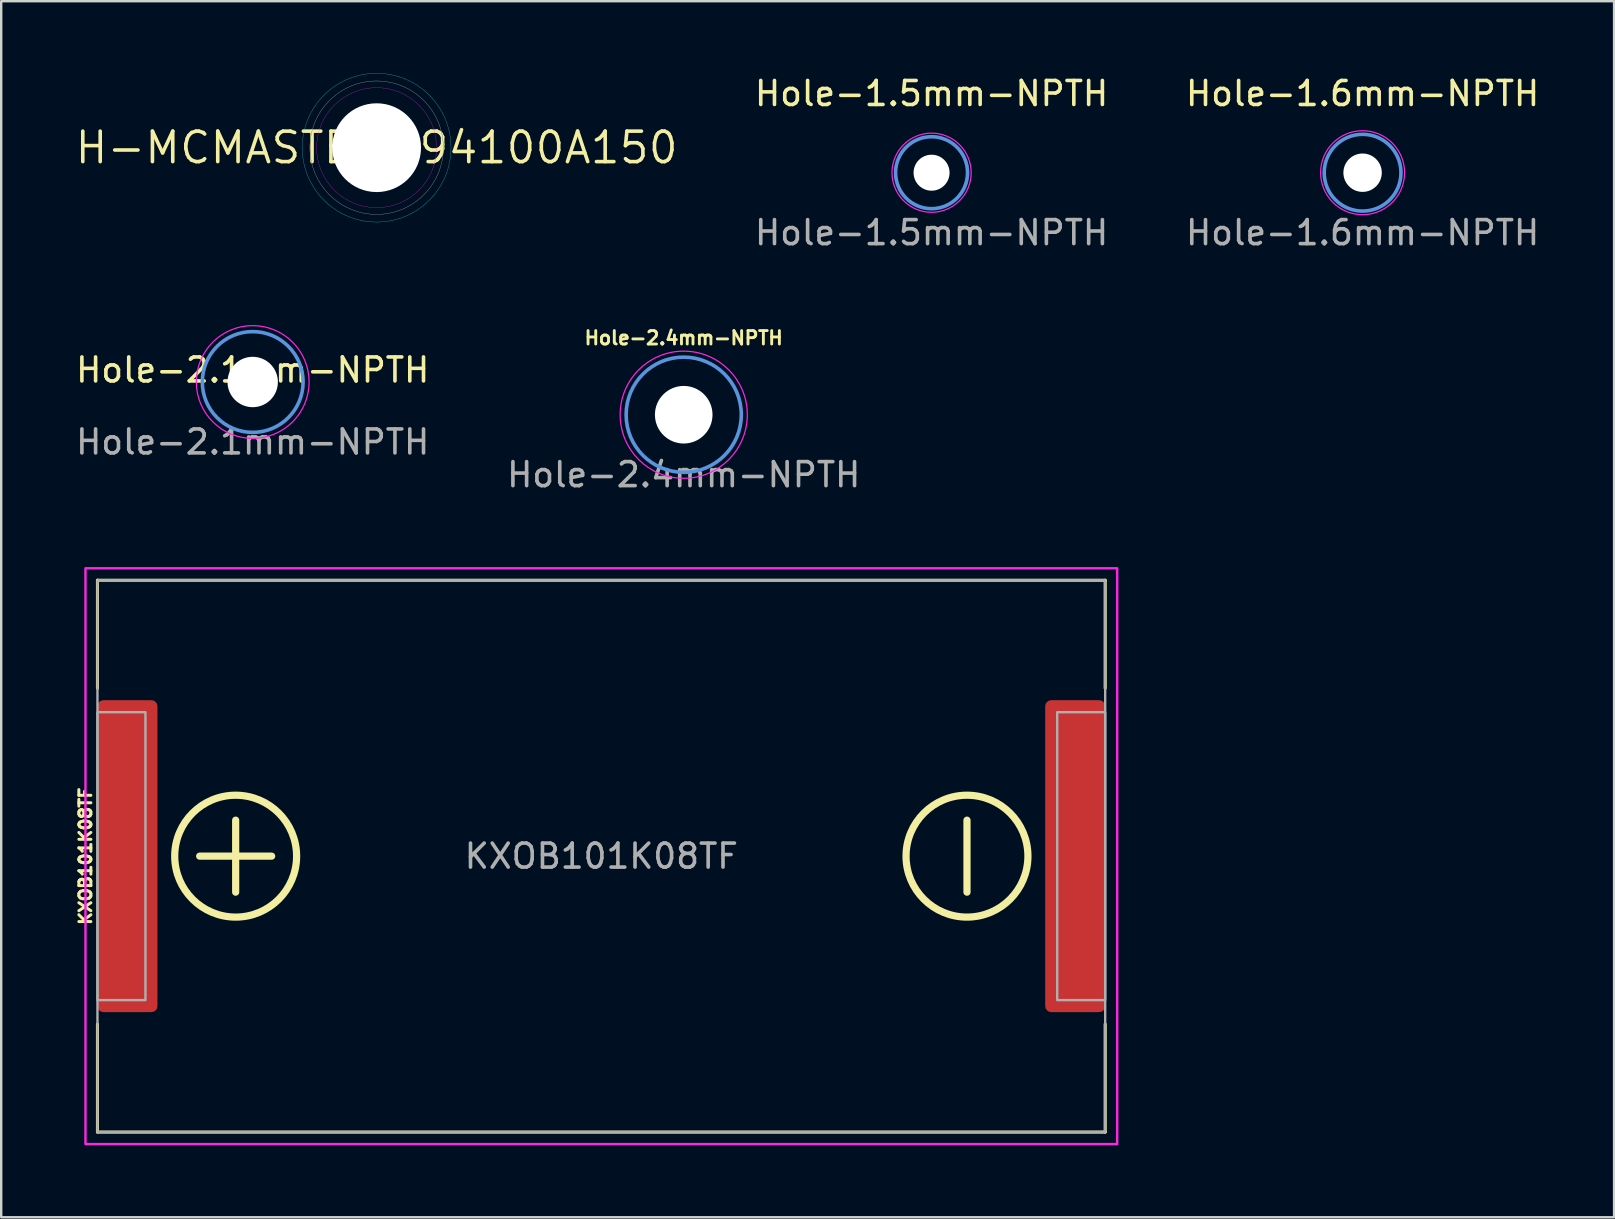
<source format=kicad_pcb>
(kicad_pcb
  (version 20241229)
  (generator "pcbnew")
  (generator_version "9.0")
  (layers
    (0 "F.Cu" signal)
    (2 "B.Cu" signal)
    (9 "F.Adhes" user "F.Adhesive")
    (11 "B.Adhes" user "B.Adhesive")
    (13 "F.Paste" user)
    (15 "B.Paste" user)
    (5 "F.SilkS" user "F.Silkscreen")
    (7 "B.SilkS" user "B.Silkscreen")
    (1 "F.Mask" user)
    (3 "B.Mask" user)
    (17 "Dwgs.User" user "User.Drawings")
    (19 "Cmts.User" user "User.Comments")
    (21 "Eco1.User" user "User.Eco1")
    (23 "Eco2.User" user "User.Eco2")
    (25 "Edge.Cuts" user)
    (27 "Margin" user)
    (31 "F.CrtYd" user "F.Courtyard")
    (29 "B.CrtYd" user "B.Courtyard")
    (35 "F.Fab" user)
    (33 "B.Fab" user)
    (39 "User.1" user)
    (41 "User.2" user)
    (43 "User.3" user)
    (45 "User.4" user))
  (footprint "Hole-1.6mm-NPTH"
    (layer "F.Cu")
    (at 53.74 4.148)
    (property "Reference" "Hole-1.6mm-NPTH" (at 0 -3.3 0) (unlocked yes) (layer "F.SilkS") (effects (font (size 1 1) (thickness 0.15))))
    (fp_circle (center 0 0) (end 1.6 0) (stroke (width 0.15) (type solid)) (fill no) (layer "Cmts.User"))
    (fp_circle (center 0 0) (end 1.75 0) (stroke (width 0.05) (type solid)) (fill no) (layer "F.CrtYd"))
    (fp_text user "${REFERENCE}" (at 0 2.5 0) (unlocked yes) (layer "F.Fab") (effects (font (size 1 1) (thickness 0.15))))
    (pad "" np_thru_hole circle (at 0 0) (size 1.6 1.6) (drill 1.6) (layers "*.Cu" "*.Mask")))
  (footprint "Hole-1.5mm-NPTH"
    (layer "F.Cu")
    (at 35.776 4.148)
    (property "Reference" "Hole-1.5mm-NPTH" (at 0 -3.3 0) (unlocked yes) (layer "F.SilkS") (effects (font (size 1 1) (thickness 0.15))))
    (attr board_only exclude_from_bom)
    (fp_circle (center 0 0) (end 1.5 0) (stroke (width 0.15) (type solid)) (fill no) (layer "Cmts.User"))
    (fp_circle (center 0 0) (end 1.65 0) (stroke (width 0.05) (type solid)) (fill no) (layer "F.CrtYd"))
    (fp_text user "${REFERENCE}" (at 0 2.5 0) (unlocked yes) (layer "F.Fab") (effects (font (size 1 1) (thickness 0.15))))
    (pad "" np_thru_hole circle (at 0 0) (size 1.5 1.5) (drill 1.5) (layers "*.Cu" "*.Mask")))
  (footprint "H-MCMASTER-94100A150"
    (layer "F.Cu")
    (at 12.647 3.105)
    (property "Reference" "H-MCMASTER-94100A150" (at 0 0 0) (layer "F.SilkS") (effects (font (size 1.27 1.27) (thickness 0.15))))
    (fp_circle (center 0 0) (end 1.1 0) (stroke (width 2.2) (type solid)) (fill yes) (layer "F.Mask"))
    (fp_circle (center 0 0) (end 1.5 0) (stroke (width 3) (type solid)) (fill yes) (layer "B.Mask"))
    (fp_circle (center 0 0) (end 3.1 0) (stroke (width 0.01) (type solid)) (fill no) (layer "B.CrtYd"))
    (fp_circle (center 0 0) (end 2.5 0) (stroke (width 0.01) (type solid)) (fill no) (layer "F.CrtYd"))
    (fp_circle (center 0 0) (end 1.2 0) (stroke (width 0.01) (type solid)) (fill no) (layer "B.Fab"))
    (fp_circle (center 0 0) (end 2.78 0) (stroke (width 0.01) (type solid)) (fill no) (layer "B.Fab"))
    (fp_circle (center 0 0) (end 1.2 0) (stroke (width 0.01) (type solid)) (fill no) (layer "F.Fab"))
    (fp_circle (center 0 0) (end 2.78 0) (stroke (width 0.01) (type solid)) (fill no) (layer "F.Fab"))
    (pad "" np_thru_hole circle (at 0 0) (size 3.7 3.7) (drill 3.7) (layers "*.Cu" "*.Mask"))
    (zone (net_name "") (layer "F.Cu") (hatch edge 0.508) (connect_pads) (min_thickness 0.254) (filled_areas_thickness no) (keepout (tracks not_allowed) (vias not_allowed) (pads allowed) (copperpour not_allowed) (footprints allowed)) (placement (enabled no)) (fill) (polygon (pts (xy 14.847 3.105) (xy 14.813 2.723) (xy 14.714 2.353) (xy 14.552 2.005) (xy 14.332 1.691) (xy 14.061 1.42) (xy 13.747 1.2) (xy 13.399 1.038) (xy 13.029 0.938) (xy 12.647 0.905) (xy 12.265 0.938) (xy 11.894 1.038) (xy 11.547 1.2) (xy 11.233 1.42) (xy 10.962 1.691) (xy 10.742 2.005) (xy 10.579 2.353) (xy 10.48 2.723) (xy 10.447 3.105) (xy 10.48 3.487) (xy 10.579 3.857) (xy 10.742 4.205) (xy 10.962 4.519) (xy 11.233 4.79) (xy 11.547 5.01) (xy 11.894 5.172) (xy 12.265 5.272) (xy 12.647 5.305) (xy 13.029 5.272) (xy 13.399 5.172) (xy 13.747 5.01) (xy 14.061 4.79) (xy 14.332 4.519) (xy 14.552 4.205) (xy 14.714 3.857) (xy 14.813 3.487))))
    (zone (net_name "") (layer "B.Cu") (hatch edge 0.508) (connect_pads) (min_thickness 0.254) (filled_areas_thickness no) (keepout (tracks not_allowed) (vias not_allowed) (pads allowed) (copperpour not_allowed) (footprints allowed)) (placement (enabled no)) (fill) (polygon (pts (xy 15.647 3.105) (xy 15.601 2.584) (xy 15.466 2.079) (xy 15.245 1.605) (xy 14.945 1.177) (xy 14.575 0.807) (xy 14.147 0.507) (xy 13.673 0.286) (xy 13.168 0.151) (xy 12.647 0.105) (xy 12.126 0.151) (xy 11.621 0.286) (xy 11.147 0.507) (xy 10.718 0.807) (xy 10.349 1.177) (xy 10.049 1.605) (xy 9.828 2.079) (xy 9.692 2.584) (xy 9.647 3.105) (xy 9.692 3.626) (xy 9.828 4.131) (xy 10.049 4.605) (xy 10.349 5.033) (xy 10.718 5.403) (xy 11.147 5.703) (xy 11.621 5.924) (xy 12.126 6.059) (xy 12.647 6.105) (xy 13.168 6.059) (xy 13.673 5.924) (xy 14.147 5.703) (xy 14.575 5.403) (xy 14.945 5.033) (xy 15.245 4.605) (xy 15.466 4.131) (xy 15.601 3.626)))))
  (footprint "KXOB101K08TF"
    (layer "F.Cu")
    (at 22.012 32.633)
    (property "Reference" "KXOB101K08TF" (at -21.5 0 90) (unlocked yes) (layer "F.SilkS") (effects (font (size 0.5 0.5) (thickness 0.127))))
    (attr smd)
    (fp_line (start -21 -11.5) (end 21 -11.5) (stroke (width 0.127) (type default)) (layer "F.SilkS"))
    (fp_line (start -21 -7) (end -21 -11.5) (stroke (width 0.127) (type default)) (layer "F.SilkS"))
    (fp_line (start -21 11.5) (end -21 7) (stroke (width 0.127) (type default)) (layer "F.SilkS"))
    (fp_line (start -16.74 0) (end -13.74 0) (stroke (width 0.3) (type default)) (layer "F.SilkS"))
    (fp_line (start -15.24 1.5) (end -15.24 -1.5) (stroke (width 0.3) (type default)) (layer "F.SilkS"))
    (fp_line (start 15.24 -1.5) (end 15.24 1.5) (stroke (width 0.3) (type default)) (layer "F.SilkS"))
    (fp_line (start 21 -11.5) (end 21 -7) (stroke (width 0.127) (type default)) (layer "F.SilkS"))
    (fp_line (start 21 7) (end 21 11.5) (stroke (width 0.127) (type default)) (layer "F.SilkS"))
    (fp_line (start 21 11.5) (end -21 11.5) (stroke (width 0.127) (type default)) (layer "F.SilkS"))
    (fp_circle (center -15.24 0) (end -12.7 0) (stroke (width 0.3) (type default)) (fill no) (layer "F.SilkS"))
    (fp_circle (center 15.24 0) (end 17.78 0) (stroke (width 0.3) (type default)) (fill no) (layer "F.SilkS"))
    (fp_rect (start -21.5 -12) (end 21.5 12) (stroke (width 0.1) (type default)) (fill no) (layer "F.CrtYd"))
    (fp_rect (start -21 -11.5) (end 21 11.5) (stroke (width 0.1) (type default)) (fill no) (layer "F.Fab"))
    (fp_rect (start -21 -6) (end -19 6) (stroke (width 0.1) (type default)) (fill no) (layer "F.Fab"))
    (fp_rect (start 19 -6) (end 21 6) (stroke (width 0.1) (type default)) (fill no) (layer "F.Fab"))
    (fp_text user "${REFERENCE}" (at 0 0 0) (unlocked yes) (layer "F.Fab") (effects (font (size 1 1) (thickness 0.15))))
    (pad "NEG2" smd roundrect (at 19.75 0) (size 2.5 13) (layers "F.Cu" "F.Mask" "F.Paste") (roundrect_rratio 0.1))
    (pad "POS1" smd roundrect (at -19.75 0) (size 2.5 13) (layers "F.Cu" "F.Mask" "F.Paste") (roundrect_rratio 0.1)))
  (footprint "Hole-2.1mm-NPTH"
    (layer "F.Cu")
    (at 7.482 12.871)
    (property "Reference" "Hole-2.1mm-NPTH" (at 0 -0.5 0) (unlocked yes) (layer "F.SilkS") (effects (font (size 1 1) (thickness 0.15))))
    (attr smd board_only exclude_from_bom)
    (fp_circle (center 0 0) (end 1.9 0) (stroke (width 0.1) (type solid)) (fill yes) (layer "F.Mask"))
    (fp_circle (center 0 0) (end 1.9 0) (stroke (width 0.1) (type solid)) (fill yes) (layer "B.Mask"))
    (fp_circle (center 0 0) (end 2.1 0) (stroke (width 0.15) (type solid)) (fill no) (layer "Cmts.User"))
    (fp_circle (center 0 0) (end 2.35 0) (stroke (width 0.05) (type solid)) (fill no) (layer "F.CrtYd"))
    (fp_text user "${REFERENCE}" (at 0 2.5 0) (unlocked yes) (layer "F.Fab") (effects (font (size 1 1) (thickness 0.15))))
    (pad "" np_thru_hole circle (at 0 0) (size 2.1 2.1) (drill 2.1) (layers "*.Cu" "*.Mask"))
    (zone (net_name "") (layers "F.Cu" "B.Cu") (hatch edge 0.5) (connect_pads) (min_thickness 0.25) (filled_areas_thickness no) (keepout (tracks not_allowed) (vias not_allowed) (pads allowed) (copperpour not_allowed) (footprints allowed)) (placement (enabled no)) (fill) (polygon (pts (xy 9.482 12.871) (xy 9.462 12.587) (xy 9.401 12.308) (xy 9.301 12.041) (xy 9.165 11.79) (xy 8.994 11.562) (xy 8.792 11.36) (xy 8.563 11.189) (xy 8.313 11.052) (xy 8.046 10.953) (xy 7.767 10.892) (xy 7.482 10.871) (xy 7.198 10.892) (xy 6.919 10.953) (xy 6.651 11.052) (xy 6.401 11.189) (xy 6.172 11.36) (xy 5.971 11.562) (xy 5.8 11.79) (xy 5.663 12.041) (xy 5.563 12.308) (xy 5.502 12.587) (xy 5.482 12.871) (xy 5.502 13.156) (xy 5.563 13.435) (xy 5.663 13.702) (xy 5.8 13.953) (xy 5.971 14.181) (xy 6.172 14.383) (xy 6.401 14.554) (xy 6.651 14.691) (xy 6.919 14.79) (xy 7.198 14.851) (xy 7.482 14.871) (xy 7.767 14.851) (xy 8.046 14.79) (xy 8.313 14.691) (xy 8.563 14.554) (xy 8.792 14.383) (xy 8.994 14.181) (xy 9.165 13.953) (xy 9.301 13.702) (xy 9.401 13.435) (xy 9.462 13.156)))))
  (footprint "Hole-2.4mm-NPTH"
    (layer "F.Cu")
    (at 25.446 14.235)
    (property "Reference" "Hole-2.4mm-NPTH" (at 0 -3.2 0) (unlocked yes) (layer "F.SilkS") (effects (font (size 0.56 0.56) (thickness 0.12))))
    (attr exclude_from_pos_files exclude_from_bom)
    (fp_circle (center 0 0) (end 2.4 0) (stroke (width 0.15) (type solid)) (fill no) (layer "Cmts.User"))
    (fp_circle (center 0 0) (end 2.65 0) (stroke (width 0.05) (type solid)) (fill no) (layer "F.CrtYd"))
    (fp_text user "${REFERENCE}" (at 0 2.5 0) (unlocked yes) (layer "F.Fab") (effects (font (size 1 1) (thickness 0.15))))
    (pad "" np_thru_hole circle (at 0 0) (size 2.4 2.4) (drill 2.4) (layers "*.Cu" "*.Mask")))
  (gr_rect
    (start -3 -3)
    (end 64.222 47.683)
    (stroke (width 0.1) (type default))
    (fill no)
    (layer "Edge.Cuts")))
</source>
